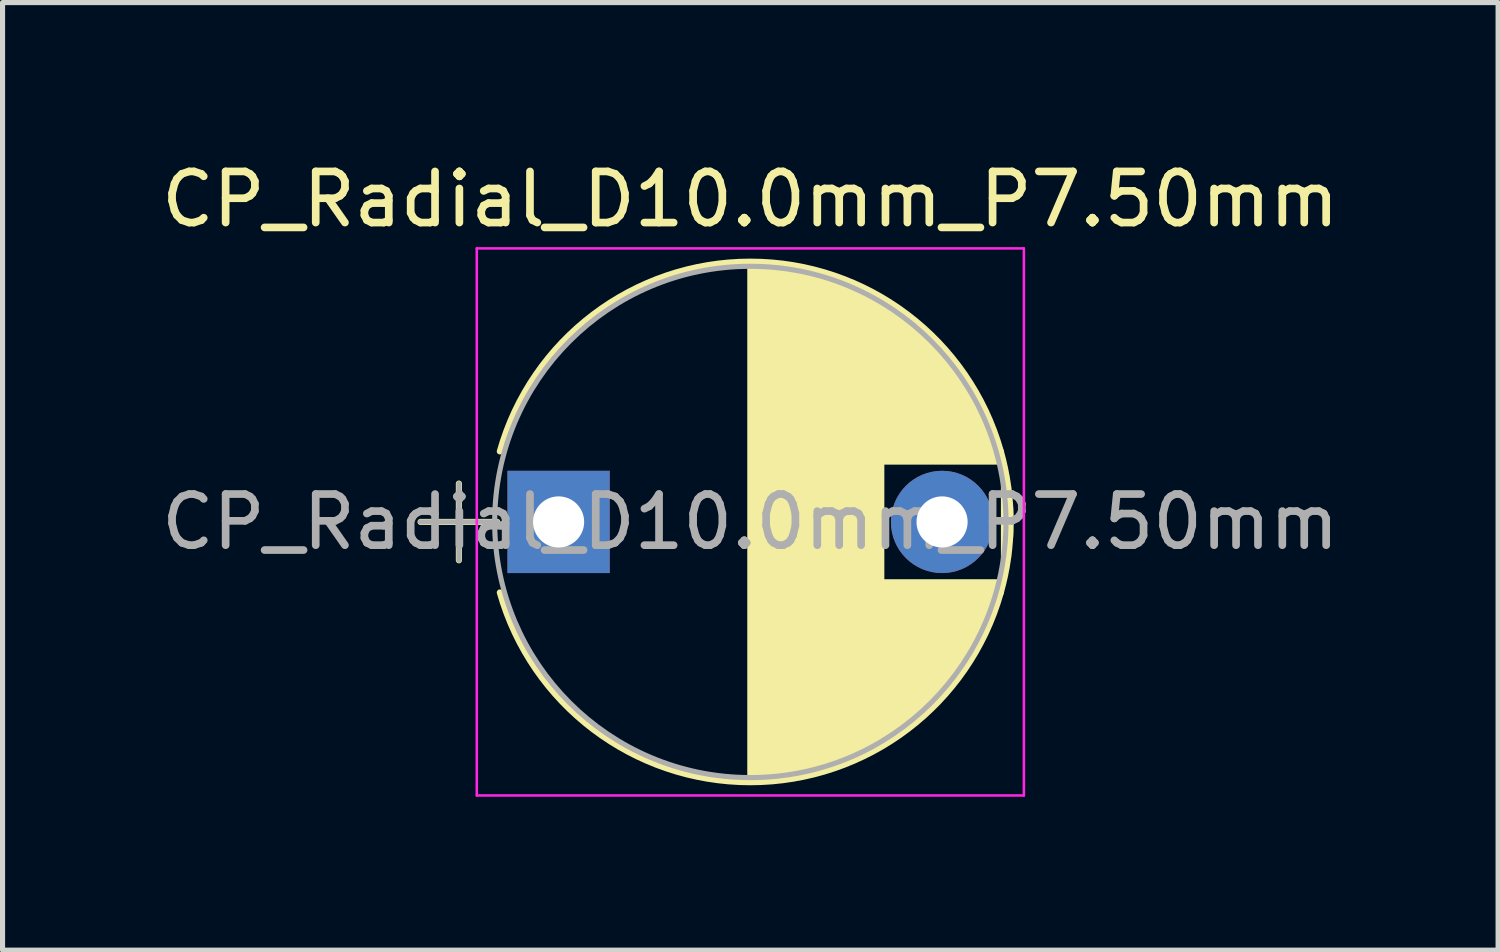
<source format=kicad_pcb>
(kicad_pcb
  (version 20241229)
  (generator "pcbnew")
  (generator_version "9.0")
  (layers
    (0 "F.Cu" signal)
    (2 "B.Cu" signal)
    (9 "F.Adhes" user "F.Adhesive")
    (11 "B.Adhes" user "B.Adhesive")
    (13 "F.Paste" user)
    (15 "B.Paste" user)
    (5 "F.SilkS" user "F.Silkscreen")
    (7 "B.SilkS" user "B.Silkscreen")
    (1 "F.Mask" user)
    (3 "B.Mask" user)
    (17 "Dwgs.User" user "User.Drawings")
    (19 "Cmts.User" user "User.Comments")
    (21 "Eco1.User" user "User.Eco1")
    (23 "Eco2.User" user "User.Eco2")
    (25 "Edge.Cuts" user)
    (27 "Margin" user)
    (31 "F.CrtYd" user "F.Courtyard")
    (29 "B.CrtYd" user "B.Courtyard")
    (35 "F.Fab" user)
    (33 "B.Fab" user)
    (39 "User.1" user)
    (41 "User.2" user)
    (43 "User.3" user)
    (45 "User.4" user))
  (footprint "CP_Radial_D10.0mm_P7.50mm"
    (layer "F.Cu")
    (at 7.875 7.158)
    (property "Reference" "CP_Radial_D10.0mm_P7.50mm" (at 3.75 -6.31 0) (layer "F.SilkS") (effects (font (size 1 1) (thickness 0.15))))
    (attr through_hole)
    (fp_line (start -2.7 0) (end -1.2 0) (stroke (width 0.12) (type solid)) (layer "F.SilkS"))
    (fp_line (start -1.95 -0.75) (end -1.95 0.75) (stroke (width 0.12) (type solid)) (layer "F.SilkS"))
    (fp_line (start 3.75 -5.05) (end 3.75 5.05) (stroke (width 0.12) (type solid)) (layer "F.SilkS"))
    (fp_line (start 3.79 -5.05) (end 3.79 5.05) (stroke (width 0.12) (type solid)) (layer "F.SilkS"))
    (fp_line (start 3.83 -5.05) (end 3.83 5.05) (stroke (width 0.12) (type solid)) (layer "F.SilkS"))
    (fp_line (start 3.87 -5.049) (end 3.87 5.049) (stroke (width 0.12) (type solid)) (layer "F.SilkS"))
    (fp_line (start 3.91 -5.048) (end 3.91 5.048) (stroke (width 0.12) (type solid)) (layer "F.SilkS"))
    (fp_line (start 3.95 -5.047) (end 3.95 5.047) (stroke (width 0.12) (type solid)) (layer "F.SilkS"))
    (fp_line (start 3.99 -5.045) (end 3.99 5.045) (stroke (width 0.12) (type solid)) (layer "F.SilkS"))
    (fp_line (start 4.03 -5.043) (end 4.03 5.043) (stroke (width 0.12) (type solid)) (layer "F.SilkS"))
    (fp_line (start 4.07 -5.04) (end 4.07 5.04) (stroke (width 0.12) (type solid)) (layer "F.SilkS"))
    (fp_line (start 4.11 -5.038) (end 4.11 5.038) (stroke (width 0.12) (type solid)) (layer "F.SilkS"))
    (fp_line (start 4.15 -5.035) (end 4.15 5.035) (stroke (width 0.12) (type solid)) (layer "F.SilkS"))
    (fp_line (start 4.19 -5.031) (end 4.19 5.031) (stroke (width 0.12) (type solid)) (layer "F.SilkS"))
    (fp_line (start 4.23 -5.028) (end 4.23 5.028) (stroke (width 0.12) (type solid)) (layer "F.SilkS"))
    (fp_line (start 4.27 -5.024) (end 4.27 5.024) (stroke (width 0.12) (type solid)) (layer "F.SilkS"))
    (fp_line (start 4.31 -5.02) (end 4.31 5.02) (stroke (width 0.12) (type solid)) (layer "F.SilkS"))
    (fp_line (start 4.35 -5.015) (end 4.35 5.015) (stroke (width 0.12) (type solid)) (layer "F.SilkS"))
    (fp_line (start 4.39 -5.01) (end 4.39 5.01) (stroke (width 0.12) (type solid)) (layer "F.SilkS"))
    (fp_line (start 4.43 -5.005) (end 4.43 5.005) (stroke (width 0.12) (type solid)) (layer "F.SilkS"))
    (fp_line (start 4.471 -4.999) (end 4.471 4.999) (stroke (width 0.12) (type solid)) (layer "F.SilkS"))
    (fp_line (start 4.511 -4.993) (end 4.511 4.993) (stroke (width 0.12) (type solid)) (layer "F.SilkS"))
    (fp_line (start 4.551 -4.987) (end 4.551 4.987) (stroke (width 0.12) (type solid)) (layer "F.SilkS"))
    (fp_line (start 4.591 -4.981) (end 4.591 4.981) (stroke (width 0.12) (type solid)) (layer "F.SilkS"))
    (fp_line (start 4.631 -4.974) (end 4.631 4.974) (stroke (width 0.12) (type solid)) (layer "F.SilkS"))
    (fp_line (start 4.671 -4.967) (end 4.671 4.967) (stroke (width 0.12) (type solid)) (layer "F.SilkS"))
    (fp_line (start 4.711 -4.959) (end 4.711 4.959) (stroke (width 0.12) (type solid)) (layer "F.SilkS"))
    (fp_line (start 4.751 -4.951) (end 4.751 4.951) (stroke (width 0.12) (type solid)) (layer "F.SilkS"))
    (fp_line (start 4.791 -4.943) (end 4.791 4.943) (stroke (width 0.12) (type solid)) (layer "F.SilkS"))
    (fp_line (start 4.831 -4.935) (end 4.831 4.935) (stroke (width 0.12) (type solid)) (layer "F.SilkS"))
    (fp_line (start 4.871 -4.926) (end 4.871 4.926) (stroke (width 0.12) (type solid)) (layer "F.SilkS"))
    (fp_line (start 4.911 -4.917) (end 4.911 4.917) (stroke (width 0.12) (type solid)) (layer "F.SilkS"))
    (fp_line (start 4.951 -4.907) (end 4.951 4.907) (stroke (width 0.12) (type solid)) (layer "F.SilkS"))
    (fp_line (start 4.991 -4.897) (end 4.991 4.897) (stroke (width 0.12) (type solid)) (layer "F.SilkS"))
    (fp_line (start 5.031 -4.887) (end 5.031 4.887) (stroke (width 0.12) (type solid)) (layer "F.SilkS"))
    (fp_line (start 5.071 -4.876) (end 5.071 4.876) (stroke (width 0.12) (type solid)) (layer "F.SilkS"))
    (fp_line (start 5.111 -4.865) (end 5.111 4.865) (stroke (width 0.12) (type solid)) (layer "F.SilkS"))
    (fp_line (start 5.151 -4.854) (end 5.151 4.854) (stroke (width 0.12) (type solid)) (layer "F.SilkS"))
    (fp_line (start 5.191 -4.843) (end 5.191 4.843) (stroke (width 0.12) (type solid)) (layer "F.SilkS"))
    (fp_line (start 5.231 -4.831) (end 5.231 4.831) (stroke (width 0.12) (type solid)) (layer "F.SilkS"))
    (fp_line (start 5.271 -4.818) (end 5.271 4.818) (stroke (width 0.12) (type solid)) (layer "F.SilkS"))
    (fp_line (start 5.311 -4.806) (end 5.311 4.806) (stroke (width 0.12) (type solid)) (layer "F.SilkS"))
    (fp_line (start 5.351 -4.792) (end 5.351 4.792) (stroke (width 0.12) (type solid)) (layer "F.SilkS"))
    (fp_line (start 5.391 -4.779) (end 5.391 4.779) (stroke (width 0.12) (type solid)) (layer "F.SilkS"))
    (fp_line (start 5.431 -4.765) (end 5.431 4.765) (stroke (width 0.12) (type solid)) (layer "F.SilkS"))
    (fp_line (start 5.471 -4.751) (end 5.471 4.751) (stroke (width 0.12) (type solid)) (layer "F.SilkS"))
    (fp_line (start 5.511 -4.737) (end 5.511 4.737) (stroke (width 0.12) (type solid)) (layer "F.SilkS"))
    (fp_line (start 5.551 -4.722) (end 5.551 4.722) (stroke (width 0.12) (type solid)) (layer "F.SilkS"))
    (fp_line (start 5.591 -4.706) (end 5.591 4.706) (stroke (width 0.12) (type solid)) (layer "F.SilkS"))
    (fp_line (start 5.631 -4.691) (end 5.631 4.691) (stroke (width 0.12) (type solid)) (layer "F.SilkS"))
    (fp_line (start 5.671 -4.674) (end 5.671 4.674) (stroke (width 0.12) (type solid)) (layer "F.SilkS"))
    (fp_line (start 5.711 -4.658) (end 5.711 4.658) (stroke (width 0.12) (type solid)) (layer "F.SilkS"))
    (fp_line (start 5.751 -4.641) (end 5.751 4.641) (stroke (width 0.12) (type solid)) (layer "F.SilkS"))
    (fp_line (start 5.791 -4.624) (end 5.791 4.624) (stroke (width 0.12) (type solid)) (layer "F.SilkS"))
    (fp_line (start 5.831 -4.606) (end 5.831 4.606) (stroke (width 0.12) (type solid)) (layer "F.SilkS"))
    (fp_line (start 5.871 -4.588) (end 5.871 4.588) (stroke (width 0.12) (type solid)) (layer "F.SilkS"))
    (fp_line (start 5.911 -4.569) (end 5.911 4.569) (stroke (width 0.12) (type solid)) (layer "F.SilkS"))
    (fp_line (start 5.951 -4.55) (end 5.951 4.55) (stroke (width 0.12) (type solid)) (layer "F.SilkS"))
    (fp_line (start 5.991 -4.531) (end 5.991 4.531) (stroke (width 0.12) (type solid)) (layer "F.SilkS"))
    (fp_line (start 6.031 -4.511) (end 6.031 4.511) (stroke (width 0.12) (type solid)) (layer "F.SilkS"))
    (fp_line (start 6.071 -4.491) (end 6.071 4.491) (stroke (width 0.12) (type solid)) (layer "F.SilkS"))
    (fp_line (start 6.111 -4.47) (end 6.111 4.47) (stroke (width 0.12) (type solid)) (layer "F.SilkS"))
    (fp_line (start 6.151 -4.449) (end 6.151 4.449) (stroke (width 0.12) (type solid)) (layer "F.SilkS"))
    (fp_line (start 6.191 -4.428) (end 6.191 4.428) (stroke (width 0.12) (type solid)) (layer "F.SilkS"))
    (fp_line (start 6.231 -4.405) (end 6.231 4.405) (stroke (width 0.12) (type solid)) (layer "F.SilkS"))
    (fp_line (start 6.271 -4.383) (end 6.271 4.383) (stroke (width 0.12) (type solid)) (layer "F.SilkS"))
    (fp_line (start 6.311 -4.36) (end 6.311 4.36) (stroke (width 0.12) (type solid)) (layer "F.SilkS"))
    (fp_line (start 6.351 -4.336) (end 6.351 -1.181) (stroke (width 0.12) (type solid)) (layer "F.SilkS"))
    (fp_line (start 6.351 1.181) (end 6.351 4.336) (stroke (width 0.12) (type solid)) (layer "F.SilkS"))
    (fp_line (start 6.391 -4.312) (end 6.391 -1.181) (stroke (width 0.12) (type solid)) (layer "F.SilkS"))
    (fp_line (start 6.391 1.181) (end 6.391 4.312) (stroke (width 0.12) (type solid)) (layer "F.SilkS"))
    (fp_line (start 6.431 -4.288) (end 6.431 -1.181) (stroke (width 0.12) (type solid)) (layer "F.SilkS"))
    (fp_line (start 6.431 1.181) (end 6.431 4.288) (stroke (width 0.12) (type solid)) (layer "F.SilkS"))
    (fp_line (start 6.471 -4.263) (end 6.471 -1.181) (stroke (width 0.12) (type solid)) (layer "F.SilkS"))
    (fp_line (start 6.471 1.181) (end 6.471 4.263) (stroke (width 0.12) (type solid)) (layer "F.SilkS"))
    (fp_line (start 6.511 -4.237) (end 6.511 -1.181) (stroke (width 0.12) (type solid)) (layer "F.SilkS"))
    (fp_line (start 6.511 1.181) (end 6.511 4.237) (stroke (width 0.12) (type solid)) (layer "F.SilkS"))
    (fp_line (start 6.551 -4.211) (end 6.551 -1.181) (stroke (width 0.12) (type solid)) (layer "F.SilkS"))
    (fp_line (start 6.551 1.181) (end 6.551 4.211) (stroke (width 0.12) (type solid)) (layer "F.SilkS"))
    (fp_line (start 6.591 -4.185) (end 6.591 -1.181) (stroke (width 0.12) (type solid)) (layer "F.SilkS"))
    (fp_line (start 6.591 1.181) (end 6.591 4.185) (stroke (width 0.12) (type solid)) (layer "F.SilkS"))
    (fp_line (start 6.631 -4.157) (end 6.631 -1.181) (stroke (width 0.12) (type solid)) (layer "F.SilkS"))
    (fp_line (start 6.631 1.181) (end 6.631 4.157) (stroke (width 0.12) (type solid)) (layer "F.SilkS"))
    (fp_line (start 6.671 -4.13) (end 6.671 -1.181) (stroke (width 0.12) (type solid)) (layer "F.SilkS"))
    (fp_line (start 6.671 1.181) (end 6.671 4.13) (stroke (width 0.12) (type solid)) (layer "F.SilkS"))
    (fp_line (start 6.711 -4.101) (end 6.711 -1.181) (stroke (width 0.12) (type solid)) (layer "F.SilkS"))
    (fp_line (start 6.711 1.181) (end 6.711 4.101) (stroke (width 0.12) (type solid)) (layer "F.SilkS"))
    (fp_line (start 6.751 -4.072) (end 6.751 -1.181) (stroke (width 0.12) (type solid)) (layer "F.SilkS"))
    (fp_line (start 6.751 1.181) (end 6.751 4.072) (stroke (width 0.12) (type solid)) (layer "F.SilkS"))
    (fp_line (start 6.791 -4.043) (end 6.791 -1.181) (stroke (width 0.12) (type solid)) (layer "F.SilkS"))
    (fp_line (start 6.791 1.181) (end 6.791 4.043) (stroke (width 0.12) (type solid)) (layer "F.SilkS"))
    (fp_line (start 6.831 -4.013) (end 6.831 -1.181) (stroke (width 0.12) (type solid)) (layer "F.SilkS"))
    (fp_line (start 6.831 1.181) (end 6.831 4.013) (stroke (width 0.12) (type solid)) (layer "F.SilkS"))
    (fp_line (start 6.871 -3.982) (end 6.871 -1.181) (stroke (width 0.12) (type solid)) (layer "F.SilkS"))
    (fp_line (start 6.871 1.181) (end 6.871 3.982) (stroke (width 0.12) (type solid)) (layer "F.SilkS"))
    (fp_line (start 6.911 -3.951) (end 6.911 -1.181) (stroke (width 0.12) (type solid)) (layer "F.SilkS"))
    (fp_line (start 6.911 1.181) (end 6.911 3.951) (stroke (width 0.12) (type solid)) (layer "F.SilkS"))
    (fp_line (start 6.951 -3.919) (end 6.951 -1.181) (stroke (width 0.12) (type solid)) (layer "F.SilkS"))
    (fp_line (start 6.951 1.181) (end 6.951 3.919) (stroke (width 0.12) (type solid)) (layer "F.SilkS"))
    (fp_line (start 6.991 -3.886) (end 6.991 -1.181) (stroke (width 0.12) (type solid)) (layer "F.SilkS"))
    (fp_line (start 6.991 1.181) (end 6.991 3.886) (stroke (width 0.12) (type solid)) (layer "F.SilkS"))
    (fp_line (start 7.031 -3.853) (end 7.031 -1.181) (stroke (width 0.12) (type solid)) (layer "F.SilkS"))
    (fp_line (start 7.031 1.181) (end 7.031 3.853) (stroke (width 0.12) (type solid)) (layer "F.SilkS"))
    (fp_line (start 7.071 -3.819) (end 7.071 -1.181) (stroke (width 0.12) (type solid)) (layer "F.SilkS"))
    (fp_line (start 7.071 1.181) (end 7.071 3.819) (stroke (width 0.12) (type solid)) (layer "F.SilkS"))
    (fp_line (start 7.111 -3.784) (end 7.111 -1.181) (stroke (width 0.12) (type solid)) (layer "F.SilkS"))
    (fp_line (start 7.111 1.181) (end 7.111 3.784) (stroke (width 0.12) (type solid)) (layer "F.SilkS"))
    (fp_line (start 7.151 -3.748) (end 7.151 -1.181) (stroke (width 0.12) (type solid)) (layer "F.SilkS"))
    (fp_line (start 7.151 1.181) (end 7.151 3.748) (stroke (width 0.12) (type solid)) (layer "F.SilkS"))
    (fp_line (start 7.191 -3.712) (end 7.191 -1.181) (stroke (width 0.12) (type solid)) (layer "F.SilkS"))
    (fp_line (start 7.191 1.181) (end 7.191 3.712) (stroke (width 0.12) (type solid)) (layer "F.SilkS"))
    (fp_line (start 7.231 -3.675) (end 7.231 -1.181) (stroke (width 0.12) (type solid)) (layer "F.SilkS"))
    (fp_line (start 7.231 1.181) (end 7.231 3.675) (stroke (width 0.12) (type solid)) (layer "F.SilkS"))
    (fp_line (start 7.271 -3.637) (end 7.271 -1.181) (stroke (width 0.12) (type solid)) (layer "F.SilkS"))
    (fp_line (start 7.271 1.181) (end 7.271 3.637) (stroke (width 0.12) (type solid)) (layer "F.SilkS"))
    (fp_line (start 7.311 -3.598) (end 7.311 -1.181) (stroke (width 0.12) (type solid)) (layer "F.SilkS"))
    (fp_line (start 7.311 1.181) (end 7.311 3.598) (stroke (width 0.12) (type solid)) (layer "F.SilkS"))
    (fp_line (start 7.351 -3.559) (end 7.351 -1.181) (stroke (width 0.12) (type solid)) (layer "F.SilkS"))
    (fp_line (start 7.351 1.181) (end 7.351 3.559) (stroke (width 0.12) (type solid)) (layer "F.SilkS"))
    (fp_line (start 7.391 -3.518) (end 7.391 -1.181) (stroke (width 0.12) (type solid)) (layer "F.SilkS"))
    (fp_line (start 7.391 1.181) (end 7.391 3.518) (stroke (width 0.12) (type solid)) (layer "F.SilkS"))
    (fp_line (start 7.431 -3.477) (end 7.431 -1.181) (stroke (width 0.12) (type solid)) (layer "F.SilkS"))
    (fp_line (start 7.431 1.181) (end 7.431 3.477) (stroke (width 0.12) (type solid)) (layer "F.SilkS"))
    (fp_line (start 7.471 -3.435) (end 7.471 -1.181) (stroke (width 0.12) (type solid)) (layer "F.SilkS"))
    (fp_line (start 7.471 1.181) (end 7.471 3.435) (stroke (width 0.12) (type solid)) (layer "F.SilkS"))
    (fp_line (start 7.511 -3.391) (end 7.511 -1.181) (stroke (width 0.12) (type solid)) (layer "F.SilkS"))
    (fp_line (start 7.511 1.181) (end 7.511 3.391) (stroke (width 0.12) (type solid)) (layer "F.SilkS"))
    (fp_line (start 7.551 -3.347) (end 7.551 -1.181) (stroke (width 0.12) (type solid)) (layer "F.SilkS"))
    (fp_line (start 7.551 1.181) (end 7.551 3.347) (stroke (width 0.12) (type solid)) (layer "F.SilkS"))
    (fp_line (start 7.591 -3.302) (end 7.591 -1.181) (stroke (width 0.12) (type solid)) (layer "F.SilkS"))
    (fp_line (start 7.591 1.181) (end 7.591 3.302) (stroke (width 0.12) (type solid)) (layer "F.SilkS"))
    (fp_line (start 7.631 -3.255) (end 7.631 -1.181) (stroke (width 0.12) (type solid)) (layer "F.SilkS"))
    (fp_line (start 7.631 1.181) (end 7.631 3.255) (stroke (width 0.12) (type solid)) (layer "F.SilkS"))
    (fp_line (start 7.671 -3.207) (end 7.671 -1.181) (stroke (width 0.12) (type solid)) (layer "F.SilkS"))
    (fp_line (start 7.671 1.181) (end 7.671 3.207) (stroke (width 0.12) (type solid)) (layer "F.SilkS"))
    (fp_line (start 7.711 -3.158) (end 7.711 -1.181) (stroke (width 0.12) (type solid)) (layer "F.SilkS"))
    (fp_line (start 7.711 1.181) (end 7.711 3.158) (stroke (width 0.12) (type solid)) (layer "F.SilkS"))
    (fp_line (start 7.751 -3.108) (end 7.751 -1.181) (stroke (width 0.12) (type solid)) (layer "F.SilkS"))
    (fp_line (start 7.751 1.181) (end 7.751 3.108) (stroke (width 0.12) (type solid)) (layer "F.SilkS"))
    (fp_line (start 7.791 -3.057) (end 7.791 -1.181) (stroke (width 0.12) (type solid)) (layer "F.SilkS"))
    (fp_line (start 7.791 1.181) (end 7.791 3.057) (stroke (width 0.12) (type solid)) (layer "F.SilkS"))
    (fp_line (start 7.831 -3.004) (end 7.831 -1.181) (stroke (width 0.12) (type solid)) (layer "F.SilkS"))
    (fp_line (start 7.831 1.181) (end 7.831 3.004) (stroke (width 0.12) (type solid)) (layer "F.SilkS"))
    (fp_line (start 7.871 -2.949) (end 7.871 -1.181) (stroke (width 0.12) (type solid)) (layer "F.SilkS"))
    (fp_line (start 7.871 1.181) (end 7.871 2.949) (stroke (width 0.12) (type solid)) (layer "F.SilkS"))
    (fp_line (start 7.911 -2.894) (end 7.911 -1.181) (stroke (width 0.12) (type solid)) (layer "F.SilkS"))
    (fp_line (start 7.911 1.181) (end 7.911 2.894) (stroke (width 0.12) (type solid)) (layer "F.SilkS"))
    (fp_line (start 7.951 -2.836) (end 7.951 -1.181) (stroke (width 0.12) (type solid)) (layer "F.SilkS"))
    (fp_line (start 7.951 1.181) (end 7.951 2.836) (stroke (width 0.12) (type solid)) (layer "F.SilkS"))
    (fp_line (start 7.991 -2.777) (end 7.991 -1.181) (stroke (width 0.12) (type solid)) (layer "F.SilkS"))
    (fp_line (start 7.991 1.181) (end 7.991 2.777) (stroke (width 0.12) (type solid)) (layer "F.SilkS"))
    (fp_line (start 8.031 -2.715) (end 8.031 -1.181) (stroke (width 0.12) (type solid)) (layer "F.SilkS"))
    (fp_line (start 8.031 1.181) (end 8.031 2.715) (stroke (width 0.12) (type solid)) (layer "F.SilkS"))
    (fp_line (start 8.071 -2.652) (end 8.071 -1.181) (stroke (width 0.12) (type solid)) (layer "F.SilkS"))
    (fp_line (start 8.071 1.181) (end 8.071 2.652) (stroke (width 0.12) (type solid)) (layer "F.SilkS"))
    (fp_line (start 8.111 -2.587) (end 8.111 -1.181) (stroke (width 0.12) (type solid)) (layer "F.SilkS"))
    (fp_line (start 8.111 1.181) (end 8.111 2.587) (stroke (width 0.12) (type solid)) (layer "F.SilkS"))
    (fp_line (start 8.151 -2.519) (end 8.151 -1.181) (stroke (width 0.12) (type solid)) (layer "F.SilkS"))
    (fp_line (start 8.151 1.181) (end 8.151 2.519) (stroke (width 0.12) (type solid)) (layer "F.SilkS"))
    (fp_line (start 8.191 -2.449) (end 8.191 -1.181) (stroke (width 0.12) (type solid)) (layer "F.SilkS"))
    (fp_line (start 8.191 1.181) (end 8.191 2.449) (stroke (width 0.12) (type solid)) (layer "F.SilkS"))
    (fp_line (start 8.231 -2.377) (end 8.231 -1.181) (stroke (width 0.12) (type solid)) (layer "F.SilkS"))
    (fp_line (start 8.231 1.181) (end 8.231 2.377) (stroke (width 0.12) (type solid)) (layer "F.SilkS"))
    (fp_line (start 8.271 -2.301) (end 8.271 -1.181) (stroke (width 0.12) (type solid)) (layer "F.SilkS"))
    (fp_line (start 8.271 1.181) (end 8.271 2.301) (stroke (width 0.12) (type solid)) (layer "F.SilkS"))
    (fp_line (start 8.311 -2.222) (end 8.311 -1.181) (stroke (width 0.12) (type solid)) (layer "F.SilkS"))
    (fp_line (start 8.311 1.181) (end 8.311 2.222) (stroke (width 0.12) (type solid)) (layer "F.SilkS"))
    (fp_line (start 8.351 -2.14) (end 8.351 -1.181) (stroke (width 0.12) (type solid)) (layer "F.SilkS"))
    (fp_line (start 8.351 1.181) (end 8.351 2.14) (stroke (width 0.12) (type solid)) (layer "F.SilkS"))
    (fp_line (start 8.391 -2.053) (end 8.391 -1.181) (stroke (width 0.12) (type solid)) (layer "F.SilkS"))
    (fp_line (start 8.391 1.181) (end 8.391 2.053) (stroke (width 0.12) (type solid)) (layer "F.SilkS"))
    (fp_line (start 8.431 -1.962) (end 8.431 -1.181) (stroke (width 0.12) (type solid)) (layer "F.SilkS"))
    (fp_line (start 8.431 1.181) (end 8.431 1.962) (stroke (width 0.12) (type solid)) (layer "F.SilkS"))
    (fp_line (start 8.471 -1.866) (end 8.471 -1.181) (stroke (width 0.12) (type solid)) (layer "F.SilkS"))
    (fp_line (start 8.471 1.181) (end 8.471 1.866) (stroke (width 0.12) (type solid)) (layer "F.SilkS"))
    (fp_line (start 8.511 -1.763) (end 8.511 -1.181) (stroke (width 0.12) (type solid)) (layer "F.SilkS"))
    (fp_line (start 8.511 1.181) (end 8.511 1.763) (stroke (width 0.12) (type solid)) (layer "F.SilkS"))
    (fp_line (start 8.551 -1.654) (end 8.551 -1.181) (stroke (width 0.12) (type solid)) (layer "F.SilkS"))
    (fp_line (start 8.551 1.181) (end 8.551 1.654) (stroke (width 0.12) (type solid)) (layer "F.SilkS"))
    (fp_line (start 8.591 -1.536) (end 8.591 -1.181) (stroke (width 0.12) (type solid)) (layer "F.SilkS"))
    (fp_line (start 8.591 1.181) (end 8.591 1.536) (stroke (width 0.12) (type solid)) (layer "F.SilkS"))
    (fp_line (start 8.631 -1.407) (end 8.631 -1.181) (stroke (width 0.12) (type solid)) (layer "F.SilkS"))
    (fp_line (start 8.631 1.181) (end 8.631 1.407) (stroke (width 0.12) (type solid)) (layer "F.SilkS"))
    (fp_line (start 8.671 -1.265) (end 8.671 -1.181) (stroke (width 0.12) (type solid)) (layer "F.SilkS"))
    (fp_line (start 8.671 1.181) (end 8.671 1.265) (stroke (width 0.12) (type solid)) (layer "F.SilkS"))
    (fp_line (start 8.711 -1.104) (end 8.711 1.104) (stroke (width 0.12) (type solid)) (layer "F.SilkS"))
    (fp_line (start 8.751 -0.913) (end 8.751 0.913) (stroke (width 0.12) (type solid)) (layer "F.SilkS"))
    (fp_line (start 8.791 -0.672) (end 8.791 0.672) (stroke (width 0.12) (type solid)) (layer "F.SilkS"))
    (fp_line (start 8.831 -0.279) (end 8.831 0.279) (stroke (width 0.12) (type solid)) (layer "F.SilkS"))
    (fp_arc (start -1.149357 -1.38) (mid 3.748304 -5.09) (end 8.648437 -1.383264) (stroke (width 0.12) (type solid)) (layer "F.SilkS"))
    (fp_arc (start 8.648437 1.383264) (mid 3.748304 5.09) (end -1.149357 1.38) (stroke (width 0.12) (type solid)) (layer "F.SilkS"))
    (fp_arc (start 8.649357 -1.38) (mid 8.84 0.001696) (end 8.648437 1.383264) (stroke (width 0.12) (type solid)) (layer "F.SilkS"))
    (fp_line (start -1.6 -5.35) (end -1.6 5.35) (stroke (width 0.05) (type solid)) (layer "F.CrtYd"))
    (fp_line (start -1.6 5.35) (end 9.1 5.35) (stroke (width 0.05) (type solid)) (layer "F.CrtYd"))
    (fp_line (start 9.1 -5.35) (end -1.6 -5.35) (stroke (width 0.05) (type solid)) (layer "F.CrtYd"))
    (fp_line (start 9.1 5.35) (end 9.1 -5.35) (stroke (width 0.05) (type solid)) (layer "F.CrtYd"))
    (fp_line (start -2.7 0) (end -1.2 0) (stroke (width 0.1) (type solid)) (layer "F.Fab"))
    (fp_line (start -1.95 -0.75) (end -1.95 0.75) (stroke (width 0.1) (type solid)) (layer "F.Fab"))
    (fp_circle (center 3.75 0) (end 8.75 0) (stroke (width 0.1) (type solid)) (fill no) (layer "F.Fab"))
    (fp_text user "${REFERENCE}" (at 3.75 0 0) (layer "F.Fab") (effects (font (size 1 1) (thickness 0.15))))
    (pad "1" thru_hole rect (at 0 0) (size 2 2) (drill 1) (layers "*.Cu" "*.Mask"))
    (pad "2" thru_hole circle (at 7.5 0) (size 2 2) (drill 1) (layers "*.Cu" "*.Mask")))
  (gr_rect
    (start -3 -3)
    (end 26.25 15.533)
    (stroke (width 0.1) (type default))
    (fill no)
    (layer "Edge.Cuts")))
</source>
